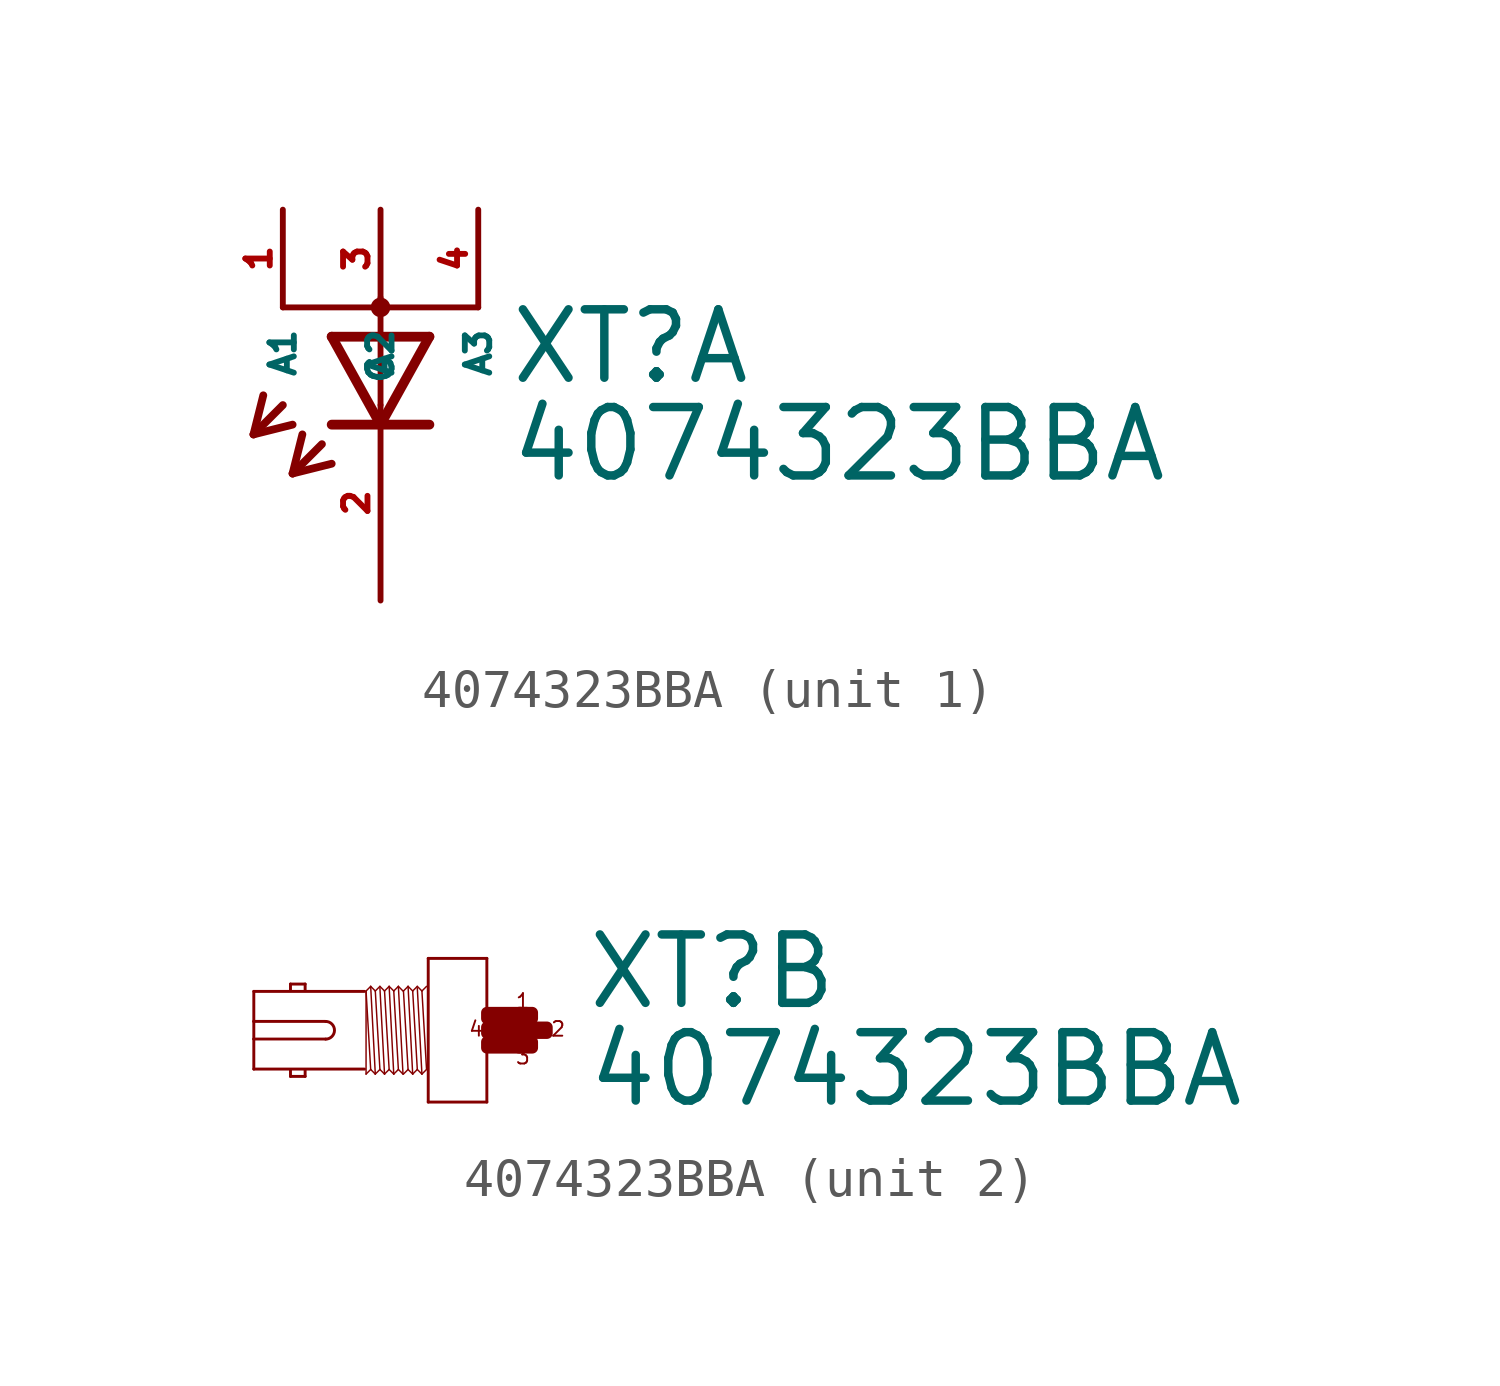
<source format=kicad_sym>
(kicad_symbol_lib
  (version 20220914)
  (generator Eagle2Kicad)
  (symbol "4074323BBA"
    (property "Reference" "XT"
      (at 3.302 0.483 0)
      (effects (font (size 1.778 1.778) (thickness 0.22)) (justify left bottom)))
    (property "Value" "4074323BBA"
      (at 3.302 -2.057 0)
      (effects (font (size 1.778 1.778) (thickness 0.22)) (justify left bottom)))
    (symbol "4074323BBA_1_0"
      (polyline (pts (xy -1.27 1.778) (xy 0 -0.508)) (stroke (width 0.254) (type default)) (fill (type none)))
      (polyline (pts (xy 0 -0.508) (xy 1.27 1.778)) (stroke (width 0.254) (type default)) (fill (type none)))
      (polyline (pts (xy 1.27 -0.508) (xy 0 -0.508)) (stroke (width 0.254) (type default)) (fill (type none)))
      (polyline (pts (xy 1.27 1.778) (xy -1.27 1.778)) (stroke (width 0.254) (type default)) (fill (type none)))
      (polyline (pts (xy 0 -0.508) (xy -1.27 -0.508)) (stroke (width 0.254) (type default)) (fill (type none)))
      (polyline (pts (xy -2.54 0) (xy -3.302 -0.762)) (stroke (width 0.203) (type default)) (fill (type none)))
      (polyline (pts (xy -3.302 -0.762) (xy -2.286 -0.508)) (stroke (width 0.203) (type default)) (fill (type none)))
      (polyline (pts (xy -3.302 -0.762) (xy -3.048 0.254)) (stroke (width 0.203) (type default)) (fill (type none)))
      (polyline (pts (xy -1.524 -1.016) (xy -2.286 -1.778)) (stroke (width 0.203) (type default)) (fill (type none)))
      (polyline (pts (xy -2.286 -1.778) (xy -1.27 -1.524)) (stroke (width 0.203) (type default)) (fill (type none)))
      (polyline (pts (xy -2.286 -1.778) (xy -2.032 -0.762)) (stroke (width 0.203) (type default)) (fill (type none)))
      (polyline (pts (xy 2.54 2.54) (xy 0 2.54)) (stroke (width 0.152) (type default)) (fill (type none)))
      (polyline (pts (xy 0 2.54) (xy -2.54 2.54)) (stroke (width 0.152) (type default)) (fill (type none)))
      (polyline (pts (xy 0 2.54) (xy 0 2.794)) (stroke (width 0.152) (type default)) (fill (type none)))
      (polyline (pts (xy 0 2.54) (xy 0 0)) (stroke (width 0.152) (type default)) (fill (type none)))
      (circle (center 0 2.54) (radius 0.127) (stroke (width 0.254) (type default)) (fill (type none)))
      (pin passive line (at 0 -5.08 90) (length 5.08) (name "C" (effects (font (size 0.635 0.635) (thickness 0.08)) (justify left bottom))) (number "2" (effects (font (size 0.635 0.635) (thickness 0.08)) (justify left bottom))))
      (pin passive line (at 0 5.08 270) (length 2.54) (name "A2" (effects (font (size 0.635 0.635) (thickness 0.08)) (justify left bottom))) (number "3" (effects (font (size 0.635 0.635) (thickness 0.08)) (justify left bottom))))
      (pin passive line (at 2.54 5.08 270) (length 2.54) (name "A3" (effects (font (size 0.635 0.635) (thickness 0.08)) (justify left bottom))) (number "4" (effects (font (size 0.635 0.635) (thickness 0.08)) (justify left bottom))))
      (pin passive line (at -2.54 5.08 270) (length 2.54) (name "A1" (effects (font (size 0.635 0.635) (thickness 0.08)) (justify left bottom))) (number "1" (effects (font (size 0.635 0.635) (thickness 0.08)) (justify left bottom)))))
    (symbol "4074323BBA_2_0"
      (polyline (pts (xy 0.762 1.867) (xy 0.762 -1.867)) (stroke (width 0.076) (type default)) (fill (type none)))
      (polyline (pts (xy 0.762 -1.867) (xy -0.762 -1.867)) (stroke (width 0.076) (type default)) (fill (type none)))
      (polyline (pts (xy -0.762 -1.867) (xy -0.762 1.867)) (stroke (width 0.076) (type default)) (fill (type none)))
      (polyline (pts (xy -0.762 1.867) (xy 0.762 1.867)) (stroke (width 0.076) (type default)) (fill (type none)))
      (polyline (pts (xy -2.419 1.01) (xy -5.296 1.01)) (stroke (width 0.076) (type default)) (fill (type none)))
      (polyline (pts (xy -5.296 1.01) (xy -5.296 0.229)) (stroke (width 0.076) (type default)) (fill (type none)))
      (polyline (pts (xy -5.296 0.229) (xy -5.296 -0.229)) (stroke (width 0.076) (type default)) (fill (type none)))
      (polyline (pts (xy -5.296 -0.229) (xy -5.296 -1.01)) (stroke (width 0.076) (type default)) (fill (type none)))
      (polyline (pts (xy -5.296 -1.01) (xy -2.419 -1.01)) (stroke (width 0.076) (type default)) (fill (type none)))
      (polyline (pts (xy -3.962 -1.029) (xy -3.962 -1.2)) (stroke (width 0.076) (type default)) (fill (type none)))
      (polyline (pts (xy -3.962 -1.2) (xy -4.343 -1.2)) (stroke (width 0.076) (type default)) (fill (type none)))
      (polyline (pts (xy -4.343 -1.2) (xy -4.343 -1.029)) (stroke (width 0.076) (type default)) (fill (type none)))
      (polyline (pts (xy -4.343 1.029) (xy -4.343 1.2)) (stroke (width 0.076) (type default)) (fill (type none)))
      (polyline (pts (xy -4.343 1.2) (xy -3.962 1.2)) (stroke (width 0.076) (type default)) (fill (type none)))
      (polyline (pts (xy -3.962 1.2) (xy -3.962 1.029)) (stroke (width 0.076) (type default)) (fill (type none)))
      (polyline (pts (xy -2.258 1.14) (xy -2.138 -1.14)) (stroke (width 0.038) (type default)) (fill (type none)))
      (polyline (pts (xy -2.018 1.099) (xy -1.898 -1.14)) (stroke (width 0.038) (type default)) (fill (type none)))
      (polyline (pts (xy -1.898 1.02) (xy -1.778 -1.02)) (stroke (width 0.038) (type default)) (fill (type none)))
      (polyline (pts (xy -1.778 1.14) (xy -1.658 -1.14)) (stroke (width 0.038) (type default)) (fill (type none)))
      (polyline (pts (xy -1.538 1.14) (xy -1.418 -1.14)) (stroke (width 0.038) (type default)) (fill (type none)))
      (polyline (pts (xy -2.378 -1.14) (xy -2.378 0.999)) (stroke (width 0.038) (type default)) (fill (type none)))
      (polyline (pts (xy -2.378 -1.14) (xy -2.258 -1.02)) (stroke (width 0.038) (type default)) (fill (type none)))
      (polyline (pts (xy -2.258 -1.02) (xy -2.138 -1.14)) (stroke (width 0.038) (type default)) (fill (type none)))
      (polyline (pts (xy -2.138 -1.14) (xy -2.018 -1.02)) (stroke (width 0.038) (type default)) (fill (type none)))
      (polyline (pts (xy -2.018 -1.02) (xy -1.898 -1.14)) (stroke (width 0.038) (type default)) (fill (type none)))
      (polyline (pts (xy -1.898 -1.14) (xy -1.778 -1.02)) (stroke (width 0.038) (type default)) (fill (type none)))
      (polyline (pts (xy -1.778 -1.02) (xy -1.658 -1.14)) (stroke (width 0.038) (type default)) (fill (type none)))
      (polyline (pts (xy -1.658 -1.14) (xy -1.538 -1.02)) (stroke (width 0.038) (type default)) (fill (type none)))
      (polyline (pts (xy -1.538 -1.02) (xy -1.418 -1.14)) (stroke (width 0.038) (type default)) (fill (type none)))
      (polyline (pts (xy -2.378 1.02) (xy -2.258 1.14)) (stroke (width 0.038) (type default)) (fill (type none)))
      (polyline (pts (xy -2.258 1.14) (xy -2.138 1.02)) (stroke (width 0.038) (type default)) (fill (type none)))
      (polyline (pts (xy -2.138 1.02) (xy -2.018 1.14)) (stroke (width 0.038) (type default)) (fill (type none)))
      (polyline (pts (xy -2.018 1.14) (xy -1.898 1.02)) (stroke (width 0.038) (type default)) (fill (type none)))
      (polyline (pts (xy -1.898 1.02) (xy -1.778 1.14)) (stroke (width 0.038) (type default)) (fill (type none)))
      (polyline (pts (xy -1.778 1.14) (xy -1.658 1.02)) (stroke (width 0.038) (type default)) (fill (type none)))
      (polyline (pts (xy -1.658 1.02) (xy -1.538 1.14)) (stroke (width 0.038) (type default)) (fill (type none)))
      (polyline (pts (xy -1.538 1.14) (xy -1.418 1.02)) (stroke (width 0.038) (type default)) (fill (type none)))
      (polyline (pts (xy -2.138 1.02) (xy -2.018 -1.02)) (stroke (width 0.038) (type default)) (fill (type none)))
      (polyline (pts (xy -1.658 1.02) (xy -1.538 -1.02)) (stroke (width 0.038) (type default)) (fill (type none)))
      (polyline (pts (xy -2.378 1.02) (xy -2.258 -1.02)) (stroke (width 0.038) (type default)) (fill (type none)))
      (polyline (pts (xy -1.286 1.14) (xy -1.166 -1.14)) (stroke (width 0.038) (type default)) (fill (type none)))
      (polyline (pts (xy -1.046 1.099) (xy -0.926 -1.14)) (stroke (width 0.038) (type default)) (fill (type none)))
      (polyline (pts (xy -0.926 1.02) (xy -0.806 -1.02)) (stroke (width 0.038) (type default)) (fill (type none)))
      (polyline (pts (xy -1.406 -1.14) (xy -1.286 -1.02)) (stroke (width 0.038) (type default)) (fill (type none)))
      (polyline (pts (xy -1.286 -1.02) (xy -1.166 -1.14)) (stroke (width 0.038) (type default)) (fill (type none)))
      (polyline (pts (xy -1.166 -1.14) (xy -1.046 -1.02)) (stroke (width 0.038) (type default)) (fill (type none)))
      (polyline (pts (xy -1.046 -1.02) (xy -0.926 -1.14)) (stroke (width 0.038) (type default)) (fill (type none)))
      (polyline (pts (xy -0.926 -1.14) (xy -0.806 -1.02)) (stroke (width 0.038) (type default)) (fill (type none)))
      (polyline (pts (xy -1.406 1.02) (xy -1.286 1.14)) (stroke (width 0.038) (type default)) (fill (type none)))
      (polyline (pts (xy -1.286 1.14) (xy -1.166 1.02)) (stroke (width 0.038) (type default)) (fill (type none)))
      (polyline (pts (xy -1.166 1.02) (xy -1.046 1.14)) (stroke (width 0.038) (type default)) (fill (type none)))
      (polyline (pts (xy -1.046 1.14) (xy -0.926 1.02)) (stroke (width 0.038) (type default)) (fill (type none)))
      (polyline (pts (xy -0.926 1.02) (xy -0.806 1.14)) (stroke (width 0.038) (type default)) (fill (type none)))
      (polyline (pts (xy -1.166 1.02) (xy -1.046 -1.02)) (stroke (width 0.038) (type default)) (fill (type none)))
      (polyline (pts (xy -1.406 1.02) (xy -1.286 -1.02)) (stroke (width 0.038) (type default)) (fill (type none)))
      (polyline (pts (xy -5.296 -0.229) (xy -3.429 -0.229)) (stroke (width 0.076) (type default)) (fill (type none)))
      (polyline (pts (xy -3.429 0.229) (xy -5.296 0.229)) (stroke (width 0.076) (type default)) (fill (type none)))
      (arc (start -3.429 -0.2286) (mid -3.200 0.000) (end -3.429 0.2286) (stroke (width 0.0762) (type default)) (fill (type none)))
      (text "1" (at 1.486 0.533 0) (effects (font (size 0.381 0.381) (thickness 0.05)) (justify left bottom)))
      (text "2" (at 2.4 -0.191 0) (effects (font (size 0.381 0.381) (thickness 0.05)) (justify left bottom)))
      (text "3" (at 1.486 -0.914 0) (effects (font (size 0.381 0.381) (thickness 0.05)) (justify left bottom)))
      (text "4" (at 0.267 -0.191 0) (effects (font (size 0.381 0.381) (thickness 0.05)) (justify left bottom)))
      (rectangle (start 1.524 -0.076) (end 2.324 0.076) (stroke (width 0.3) (type default)) (fill (type outline)))
      (rectangle (start 0.762 -0.076) (end 1.257 0.076) (stroke (width 0.3) (type default)) (fill (type outline)))
      (rectangle (start 0.762 0.305) (end 1.638 0.457) (stroke (width 0.3) (type default)) (fill (type outline)))
      (rectangle (start 0.762 -0.457) (end 1.638 -0.305) (stroke (width 0.3) (type default)) (fill (type outline)))
      (rectangle (start 1.6 -0.457) (end 1.943 -0.305) (stroke (width 0.3) (type default)) (fill (type outline)))
      (rectangle (start 1.219 -0.076) (end 1.562 0.076) (stroke (width 0.3) (type default)) (fill (type outline)))
      (rectangle (start 1.6 0.305) (end 1.943 0.457) (stroke (width 0.3) (type default)) (fill (type outline))))))
</source>
